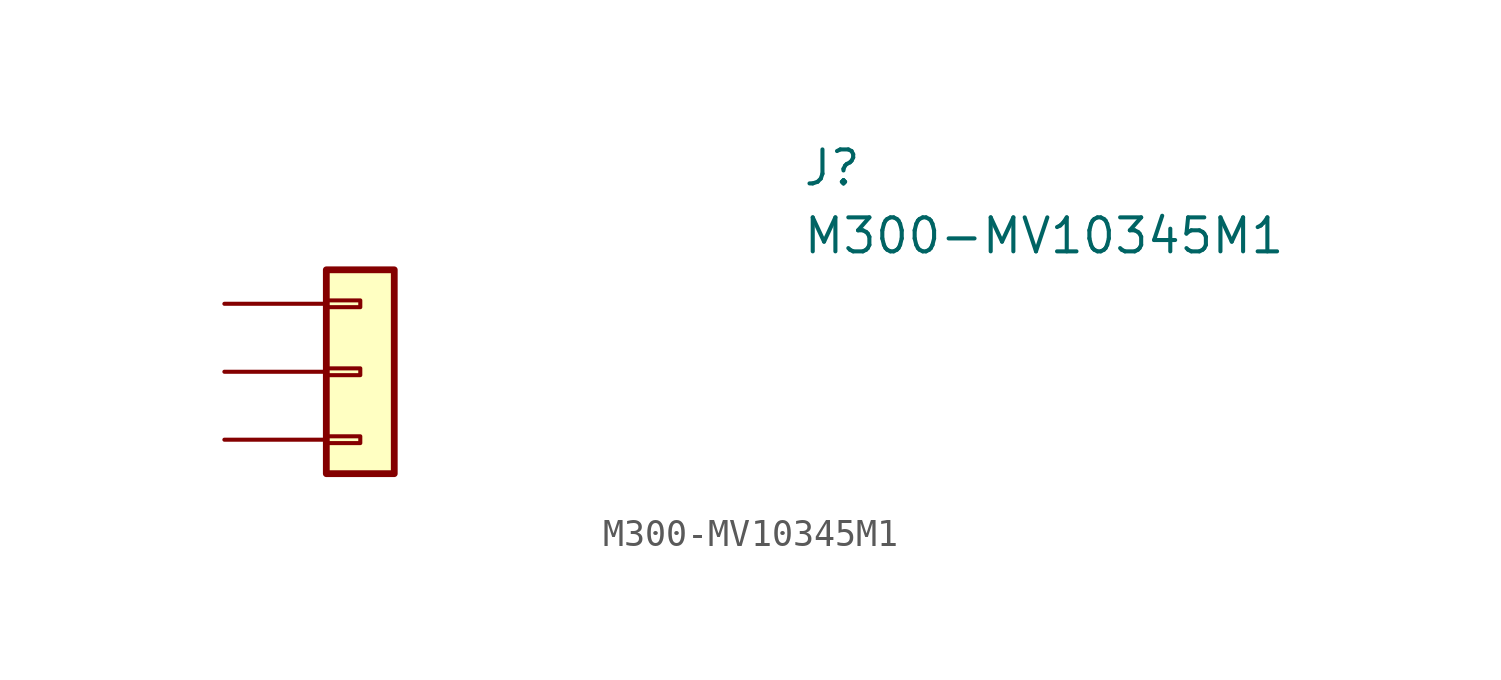
<source format=kicad_sym>
(kicad_symbol_lib
  (version 20220914)
  (generator kicad_symbol_editor)
  (symbol "M300-MV10345M1"
    (pin_numbers hide)
    (pin_names
      (offset 0.762) hide)
    (property "Reference" "J"
      (at 16.51 7.62 0)
      (effects (font (size 1.27 1.27)) (justify left)))
    (property "Value" "M300-MV10345M1"
      (at 16.51 5.08 0)
      (effects (font (size 1.27 1.27)) (justify left)))
    (symbol "M300-MV10345M1_1_1"
      (rectangle (start -1.27 -2.413) (end 0 -2.667) (stroke (width 0.152) (type default)) (fill (type none)))
      (rectangle (start -1.27 0.127) (end 0 -0.127) (stroke (width 0.152) (type default)) (fill (type none)))
      (rectangle (start -1.27 2.667) (end 0 2.413) (stroke (width 0.152) (type default)) (fill (type none)))
      (rectangle (start -1.27 3.81) (end 1.27 -3.81) (stroke (width 0.254) (type default)) (fill (type background)))
      (pin passive line (at -5.08 2.54 0) (length 3.81) (name "Pin_1" (effects (font (size 1.27 1.27)))) (number "1" (effects (font (size 1.27 1.27)))))
      (pin passive line (at -5.08 0 0) (length 3.81) (name "Pin_2" (effects (font (size 1.27 1.27)))) (number "2" (effects (font (size 1.27 1.27)))))
      (pin passive line (at -5.08 -2.54 0) (length 3.81) (name "Pin_3" (effects (font (size 1.27 1.27)))) (number "3" (effects (font (size 1.27 1.27))))))))
</source>
